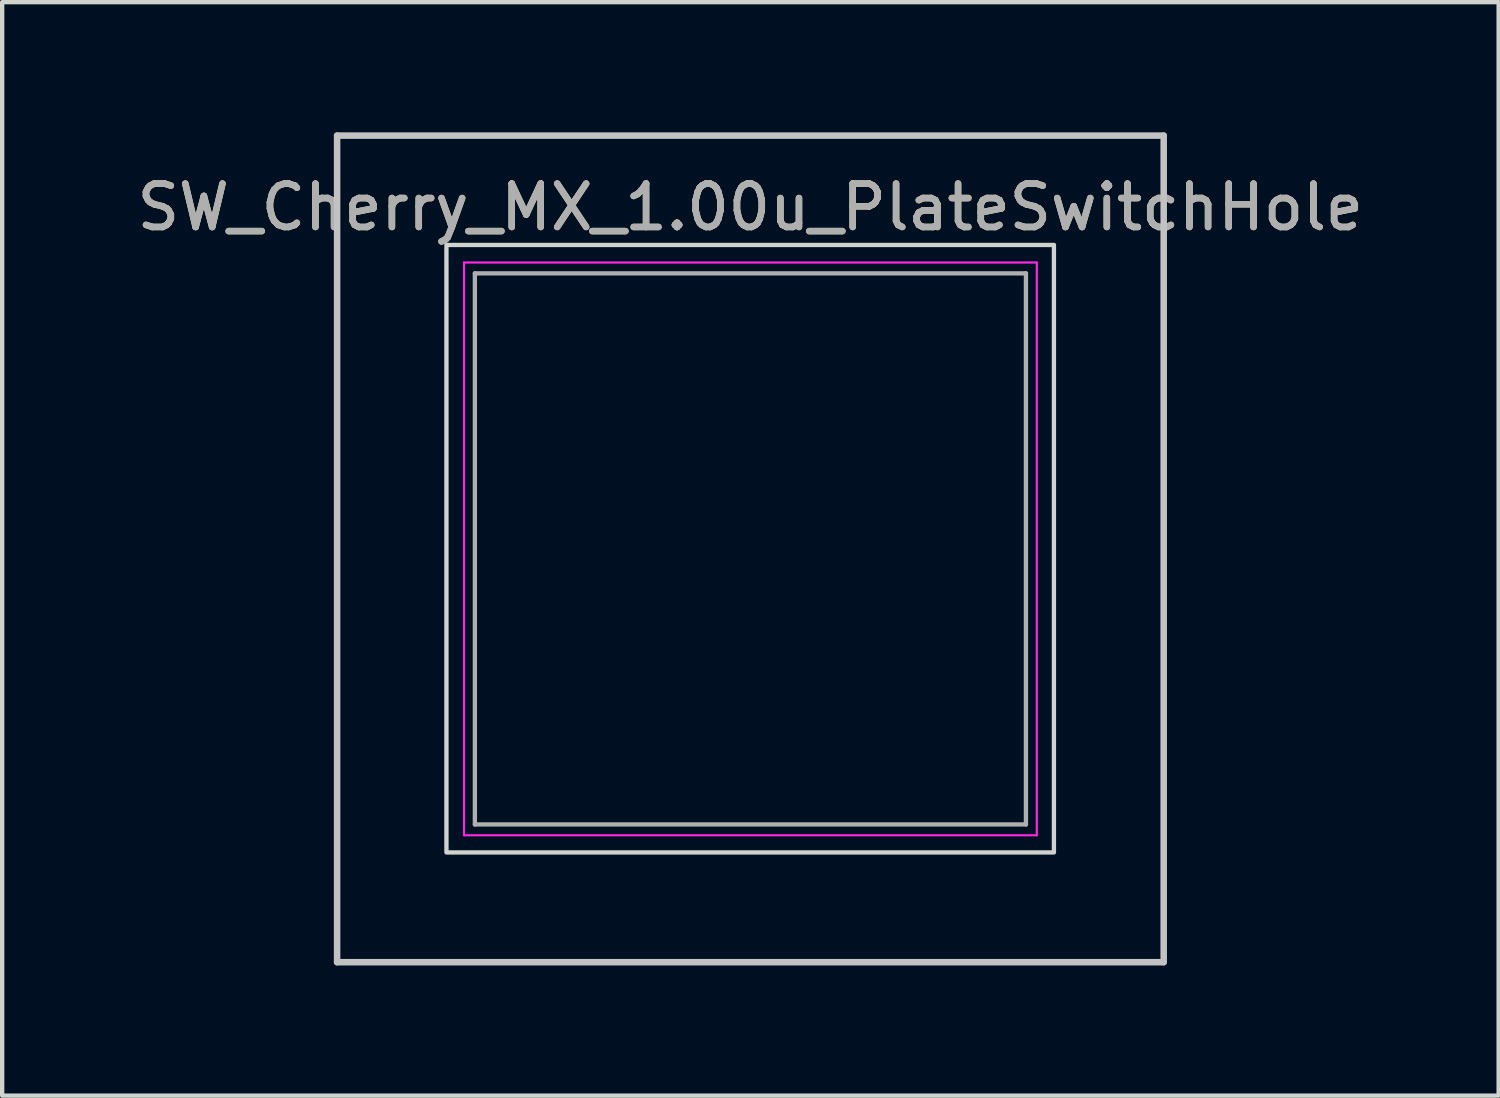
<source format=kicad_pcb>
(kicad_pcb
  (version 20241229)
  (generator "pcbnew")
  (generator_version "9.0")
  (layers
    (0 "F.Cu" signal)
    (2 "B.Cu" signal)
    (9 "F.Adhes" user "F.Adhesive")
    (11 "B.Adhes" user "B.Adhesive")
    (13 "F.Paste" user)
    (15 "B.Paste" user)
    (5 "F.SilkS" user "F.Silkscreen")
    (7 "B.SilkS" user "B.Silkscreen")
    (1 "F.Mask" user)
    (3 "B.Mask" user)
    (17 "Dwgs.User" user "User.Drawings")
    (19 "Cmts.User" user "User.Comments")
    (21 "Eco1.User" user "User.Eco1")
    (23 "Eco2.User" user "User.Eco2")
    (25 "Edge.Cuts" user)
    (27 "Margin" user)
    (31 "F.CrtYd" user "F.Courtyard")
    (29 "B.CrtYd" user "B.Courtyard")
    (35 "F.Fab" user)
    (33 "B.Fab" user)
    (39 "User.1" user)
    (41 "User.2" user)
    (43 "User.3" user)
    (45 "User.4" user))
  (footprint "SW_Cherry_MX_1.00u_PlateSwitchHole"
    (layer "F.Cu")
    (at 16.784 4.52)
    (property "Reference" "SW_Cherry_MX_1.00u_PlateSwitchHole" (at -2.54 -2.794 0) (layer "F.SilkS") (effects (font (size 1 1) (thickness 0.15))))
    (attr through_hole)
    (fp_line (start -12.065 -4.445) (end 6.985 -4.445) (stroke (width 0.15) (type solid)) (layer "Dwgs.User"))
    (fp_line (start -12.065 14.605) (end -12.065 -4.445) (stroke (width 0.15) (type solid)) (layer "Dwgs.User"))
    (fp_line (start 6.985 -4.445) (end 6.985 14.605) (stroke (width 0.15) (type solid)) (layer "Dwgs.User"))
    (fp_line (start 6.985 14.605) (end -12.065 14.605) (stroke (width 0.15) (type solid)) (layer "Dwgs.User"))
    (fp_rect (start -9.545 -1.925) (end 4.455 12.075) (stroke (width 0.1) (type default)) (fill no) (layer "Edge.Cuts"))
    (fp_line (start -9.14 -1.52) (end 4.06 -1.52) (stroke (width 0.05) (type solid)) (layer "F.CrtYd"))
    (fp_line (start -9.14 11.68) (end -9.14 -1.52) (stroke (width 0.05) (type solid)) (layer "F.CrtYd"))
    (fp_line (start 4.06 -1.52) (end 4.06 11.68) (stroke (width 0.05) (type solid)) (layer "F.CrtYd"))
    (fp_line (start 4.06 11.68) (end -9.14 11.68) (stroke (width 0.05) (type solid)) (layer "F.CrtYd"))
    (fp_line (start -8.89 -1.27) (end 3.81 -1.27) (stroke (width 0.1) (type solid)) (layer "F.Fab"))
    (fp_line (start -8.89 11.43) (end -8.89 -1.27) (stroke (width 0.1) (type solid)) (layer "F.Fab"))
    (fp_line (start 3.81 -1.27) (end 3.81 11.43) (stroke (width 0.1) (type solid)) (layer "F.Fab"))
    (fp_line (start 3.81 11.43) (end -8.89 11.43) (stroke (width 0.1) (type solid)) (layer "F.Fab"))
    (fp_text user "${REFERENCE}" (at -2.54 -2.794 0) (layer "F.Fab") (effects (font (size 1 1) (thickness 0.15)))))
  (gr_rect
    (start -3 -3)
    (end 31.488 22.2)
    (stroke (width 0.1) (type default))
    (fill no)
    (layer "Edge.Cuts")))
</source>
